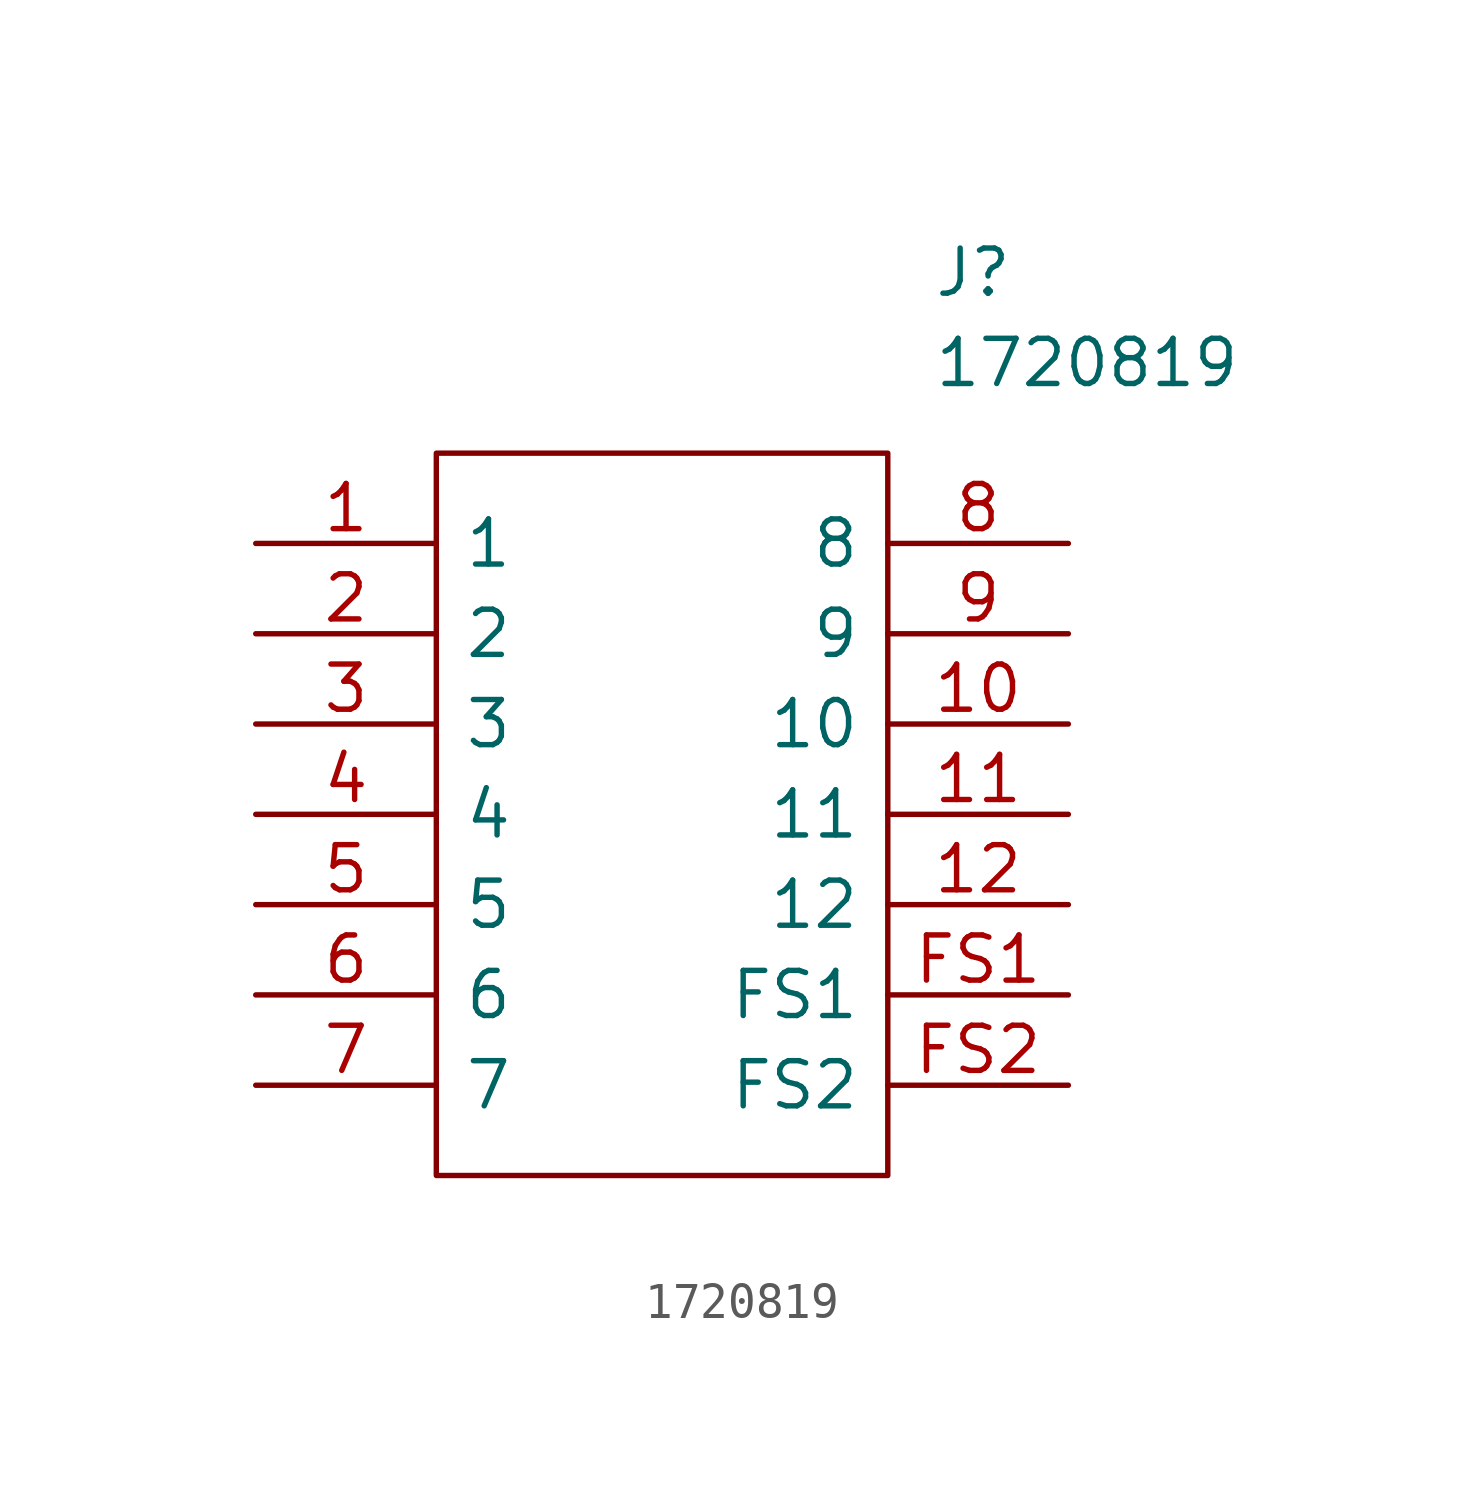
<source format=kicad_sym>
(kicad_symbol_lib
  (version 20211014)
  (generator kicad_symbol_editor)
  (symbol "1720819"
    (pin_names
      (offset 0.762))
    (property "Reference" "J"
      (at 19.05 7.62 0)
      (effects (font (size 1.27 1.27)) (justify left)))
    (property "Value" "1720819"
      (at 19.05 5.08 0)
      (effects (font (size 1.27 1.27)) (justify left)))
    (symbol "1720819_0_0"
      (pin passive line (at 0 0 0) (length 5.08) (name "1" (effects (font (size 1.27 1.27)))) (number "1" (effects (font (size 1.27 1.27)))))
      (pin passive line (at 22.86 -5.08 180) (length 5.08) (name "10" (effects (font (size 1.27 1.27)))) (number "10" (effects (font (size 1.27 1.27)))))
      (pin passive line (at 22.86 -7.62 180) (length 5.08) (name "11" (effects (font (size 1.27 1.27)))) (number "11" (effects (font (size 1.27 1.27)))))
      (pin passive line (at 22.86 -10.16 180) (length 5.08) (name "12" (effects (font (size 1.27 1.27)))) (number "12" (effects (font (size 1.27 1.27)))))
      (pin passive line (at 0 -2.54 0) (length 5.08) (name "2" (effects (font (size 1.27 1.27)))) (number "2" (effects (font (size 1.27 1.27)))))
      (pin passive line (at 0 -5.08 0) (length 5.08) (name "3" (effects (font (size 1.27 1.27)))) (number "3" (effects (font (size 1.27 1.27)))))
      (pin passive line (at 0 -7.62 0) (length 5.08) (name "4" (effects (font (size 1.27 1.27)))) (number "4" (effects (font (size 1.27 1.27)))))
      (pin passive line (at 0 -10.16 0) (length 5.08) (name "5" (effects (font (size 1.27 1.27)))) (number "5" (effects (font (size 1.27 1.27)))))
      (pin passive line (at 0 -12.7 0) (length 5.08) (name "6" (effects (font (size 1.27 1.27)))) (number "6" (effects (font (size 1.27 1.27)))))
      (pin passive line (at 0 -15.24 0) (length 5.08) (name "7" (effects (font (size 1.27 1.27)))) (number "7" (effects (font (size 1.27 1.27)))))
      (pin passive line (at 22.86 0 180) (length 5.08) (name "8" (effects (font (size 1.27 1.27)))) (number "8" (effects (font (size 1.27 1.27)))))
      (pin passive line (at 22.86 -2.54 180) (length 5.08) (name "9" (effects (font (size 1.27 1.27)))) (number "9" (effects (font (size 1.27 1.27)))))
      (pin passive line (at 22.86 -12.7 180) (length 5.08) (name "FS1" (effects (font (size 1.27 1.27)))) (number "FS1" (effects (font (size 1.27 1.27)))))
      (pin passive line (at 22.86 -15.24 180) (length 5.08) (name "FS2" (effects (font (size 1.27 1.27)))) (number "FS2" (effects (font (size 1.27 1.27))))))
    (symbol "1720819_0_1"
      (polyline (pts (xy 5.08 2.54) (xy 17.78 2.54) (xy 17.78 -17.78) (xy 5.08 -17.78) (xy 5.08 2.54)) (stroke (width 0.152) (type default) (color 0 0 0 0)) (fill (type none))))))
</source>
